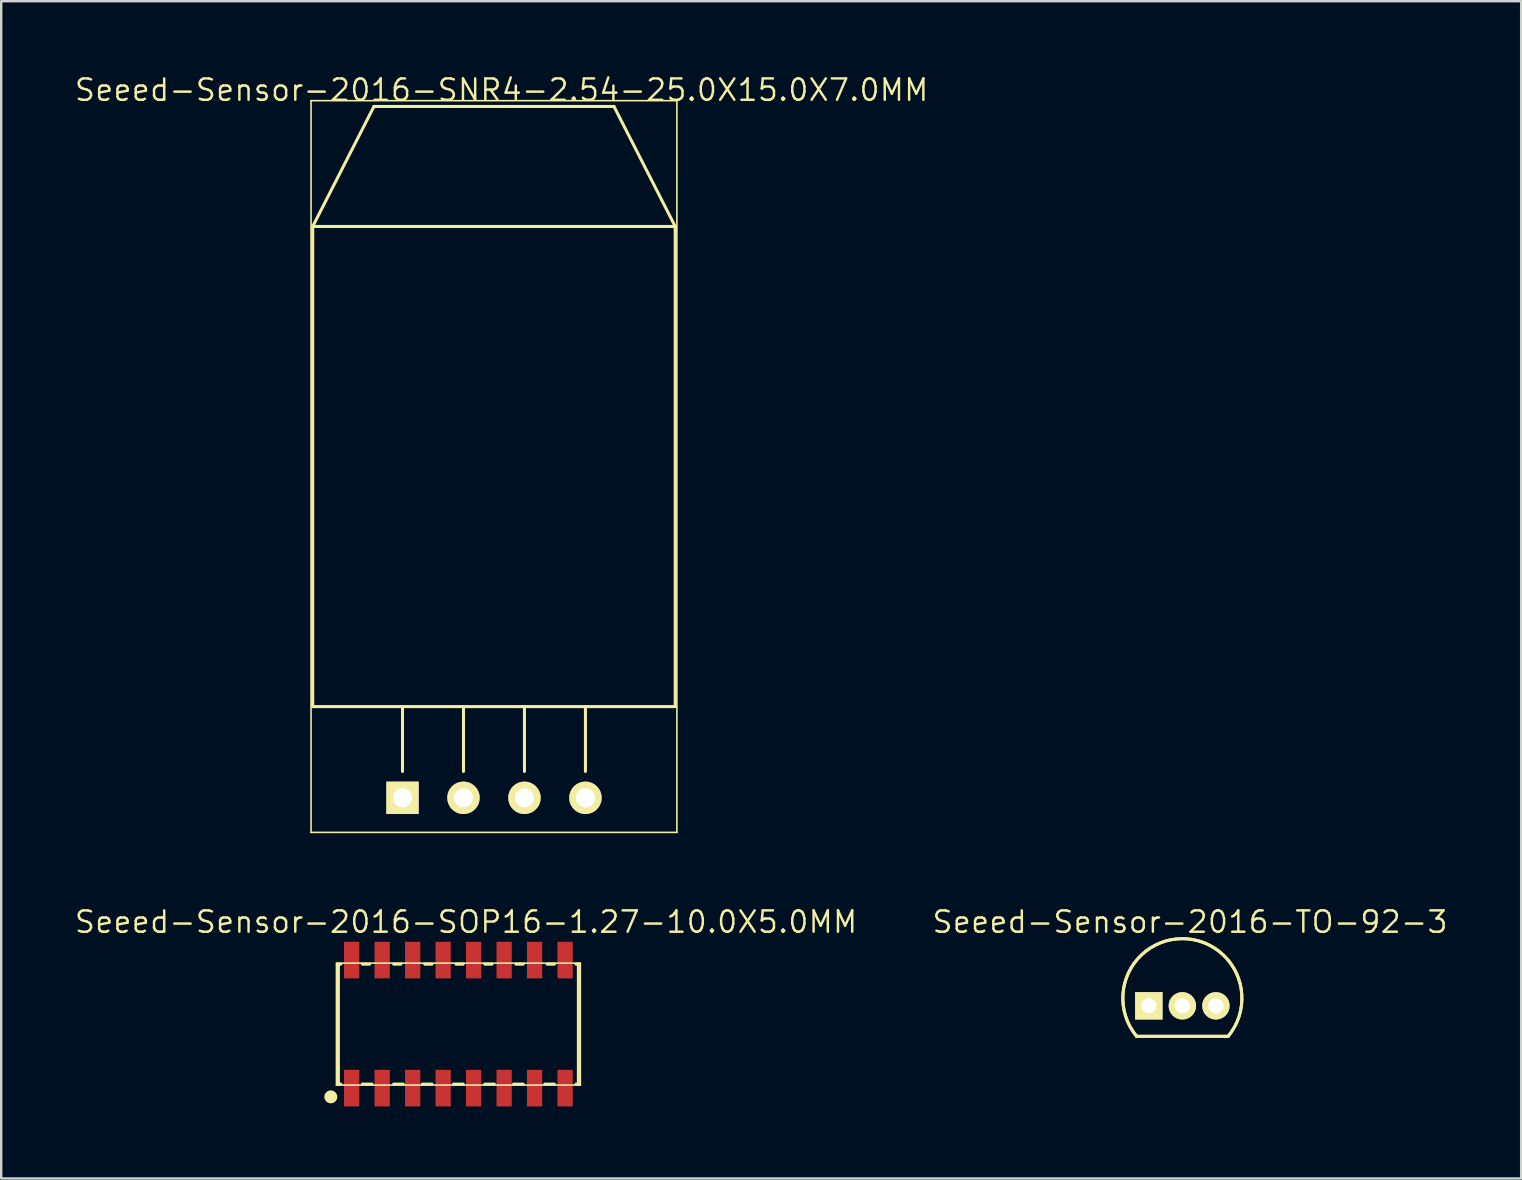
<source format=kicad_pcb>
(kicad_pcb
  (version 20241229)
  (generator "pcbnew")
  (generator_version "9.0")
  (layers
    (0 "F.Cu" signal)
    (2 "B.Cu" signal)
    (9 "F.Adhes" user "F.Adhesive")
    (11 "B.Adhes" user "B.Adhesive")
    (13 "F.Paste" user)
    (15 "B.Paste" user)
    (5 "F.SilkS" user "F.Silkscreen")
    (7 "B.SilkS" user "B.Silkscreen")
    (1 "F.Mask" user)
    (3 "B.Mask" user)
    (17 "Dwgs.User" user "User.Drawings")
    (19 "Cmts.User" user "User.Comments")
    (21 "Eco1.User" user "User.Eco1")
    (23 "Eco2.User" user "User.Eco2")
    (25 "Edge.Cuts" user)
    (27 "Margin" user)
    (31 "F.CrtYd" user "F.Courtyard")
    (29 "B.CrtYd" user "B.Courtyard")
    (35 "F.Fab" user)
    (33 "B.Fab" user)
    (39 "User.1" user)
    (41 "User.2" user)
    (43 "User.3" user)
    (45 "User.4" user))
  (footprint "Seeed-Sensor-2016-SOP16-1.27-10.0X5.0MM"
    (layer "F.Cu")
    (at 16.044 39.609)
    (property "Reference" "Seeed-Sensor-2016-SOP16-1.27-10.0X5.0MM" (at 0.318 -4.255 0) (layer "F.SilkS") (effects (font (size 0.889 0.889) (thickness 0.102))))
    (attr smd)
    (fp_line (start -5.08 -2.54) (end 5.08 -2.54) (stroke (width 0.066) (type solid)) (layer "F.SilkS"))
    (fp_line (start -5.08 2.54) (end -5.08 -2.54) (stroke (width 0.066) (type solid)) (layer "F.SilkS"))
    (fp_line (start -5.08 2.54) (end 5.08 2.54) (stroke (width 0.066) (type solid)) (layer "F.SilkS"))
    (fp_line (start -4.999 -2.499) (end -4.9 -2.499) (stroke (width 0.127) (type solid)) (layer "F.SilkS"))
    (fp_line (start -4.999 -1.798) (end -4.999 -2.499) (stroke (width 0.127) (type solid)) (layer "F.SilkS"))
    (fp_line (start -4.999 -1.778) (end -4.999 1.778) (stroke (width 0.127) (type solid)) (layer "F.SilkS"))
    (fp_line (start -4.999 1.798) (end -4.999 2.499) (stroke (width 0.127) (type solid)) (layer "F.SilkS"))
    (fp_line (start -4.999 2.499) (end -4.9 2.499) (stroke (width 0.127) (type solid)) (layer "F.SilkS"))
    (fp_line (start -3.998 2.499) (end -3.599 2.499) (stroke (width 0.127) (type solid)) (layer "F.SilkS"))
    (fp_line (start -3.698 -2.499) (end -3.998 -2.499) (stroke (width 0.127) (type solid)) (layer "F.SilkS"))
    (fp_line (start -2.697 2.499) (end -2.299 2.499) (stroke (width 0.127) (type solid)) (layer "F.SilkS"))
    (fp_line (start -2.398 -2.499) (end -2.697 -2.499) (stroke (width 0.127) (type solid)) (layer "F.SilkS"))
    (fp_line (start -1.499 2.499) (end -1.1 2.499) (stroke (width 0.127) (type solid)) (layer "F.SilkS"))
    (fp_line (start -1.1 -2.499) (end -1.4 -2.499) (stroke (width 0.127) (type solid)) (layer "F.SilkS"))
    (fp_line (start -0.198 2.499) (end 0.198 2.499) (stroke (width 0.127) (type solid)) (layer "F.SilkS"))
    (fp_line (start 0.198 -2.499) (end -0.099 -2.499) (stroke (width 0.127) (type solid)) (layer "F.SilkS"))
    (fp_line (start 1.1 2.499) (end 1.499 2.499) (stroke (width 0.127) (type solid)) (layer "F.SilkS"))
    (fp_line (start 1.4 -2.499) (end 1.1 -2.499) (stroke (width 0.127) (type solid)) (layer "F.SilkS"))
    (fp_line (start 2.299 2.499) (end 2.697 2.499) (stroke (width 0.127) (type solid)) (layer "F.SilkS"))
    (fp_line (start 2.697 -2.499) (end 2.398 -2.499) (stroke (width 0.127) (type solid)) (layer "F.SilkS"))
    (fp_line (start 3.599 2.499) (end 3.998 2.499) (stroke (width 0.127) (type solid)) (layer "F.SilkS"))
    (fp_line (start 3.998 -2.499) (end 3.698 -2.499) (stroke (width 0.127) (type solid)) (layer "F.SilkS"))
    (fp_line (start 4.999 -2.499) (end 4.9 -2.499) (stroke (width 0.127) (type solid)) (layer "F.SilkS"))
    (fp_line (start 4.999 -1.798) (end 4.999 -2.499) (stroke (width 0.127) (type solid)) (layer "F.SilkS"))
    (fp_line (start 4.999 -1.778) (end 4.999 1.778) (stroke (width 0.127) (type solid)) (layer "F.SilkS"))
    (fp_line (start 4.999 1.798) (end 4.999 2.499) (stroke (width 0.127) (type solid)) (layer "F.SilkS"))
    (fp_line (start 4.999 2.499) (end 4.9 2.499) (stroke (width 0.127) (type solid)) (layer "F.SilkS"))
    (fp_line (start 5.08 2.54) (end 5.08 -2.54) (stroke (width 0.066) (type solid)) (layer "F.SilkS"))
    (fp_circle (center -5.314 3.03) (end -5.504 3.221) (stroke (width 0) (type solid)) (fill yes) (layer "F.SilkS"))
    (pad "1" smd rect (at -4.445 2.667) (size 0.635 1.524) (layers "F.Cu" "F.Mask" "F.Paste"))
    (pad "2" smd rect (at -3.175 2.667) (size 0.635 1.524) (layers "F.Cu" "F.Mask" "F.Paste"))
    (pad "3" smd rect (at -1.905 2.667) (size 0.635 1.524) (layers "F.Cu" "F.Mask" "F.Paste"))
    (pad "4" smd rect (at -0.635 2.667) (size 0.635 1.524) (layers "F.Cu" "F.Mask" "F.Paste"))
    (pad "5" smd rect (at 0.635 2.667) (size 0.635 1.524) (layers "F.Cu" "F.Mask" "F.Paste"))
    (pad "6" smd rect (at 1.905 2.667) (size 0.635 1.524) (layers "F.Cu" "F.Mask" "F.Paste"))
    (pad "7" smd rect (at 3.175 2.667) (size 0.635 1.524) (layers "F.Cu" "F.Mask" "F.Paste"))
    (pad "8" smd rect (at 4.445 2.667) (size 0.635 1.524) (layers "F.Cu" "F.Mask" "F.Paste"))
    (pad "9" smd rect (at 4.445 -2.667) (size 0.635 1.524) (layers "F.Cu" "F.Mask" "F.Paste"))
    (pad "10" smd rect (at 3.175 -2.667) (size 0.635 1.524) (layers "F.Cu" "F.Mask" "F.Paste"))
    (pad "11" smd rect (at 1.905 -2.667) (size 0.635 1.524) (layers "F.Cu" "F.Mask" "F.Paste"))
    (pad "12" smd rect (at 0.635 -2.667) (size 0.635 1.524) (layers "F.Cu" "F.Mask" "F.Paste"))
    (pad "13" smd rect (at -0.635 -2.667) (size 0.635 1.524) (layers "F.Cu" "F.Mask" "F.Paste"))
    (pad "14" smd rect (at -1.905 -2.667) (size 0.635 1.524) (layers "F.Cu" "F.Mask" "F.Paste"))
    (pad "15" smd rect (at -3.175 -2.667) (size 0.635 1.524) (layers "F.Cu" "F.Mask" "F.Paste"))
    (pad "16" smd rect (at -4.445 -2.667) (size 0.635 1.524) (layers "F.Cu" "F.Mask" "F.Paste")))
  (footprint "Seeed-Sensor-2016-TO-92-3"
    (layer "F.Cu")
    (at 46.201 38.847)
    (property "Reference" "Seeed-Sensor-2016-TO-92-3" (at 0.318 -3.493 0) (layer "F.SilkS") (effects (font (size 0.889 0.889) (thickness 0.102))))
    (attr exclude_from_pos_files exclude_from_bom)
    (fp_line (start 1.905 1.27) (end -1.905 1.27) (stroke (width 0.127) (type solid)) (layer "F.SilkS"))
    (fp_line (start 1.905 1.27) (end -1.905 1.27) (stroke (width 0.127) (type solid)) (layer "F.SilkS"))
    (fp_arc (start -1.905 1.27) (mid -0.000241 -2.797254) (end 1.905309 1.26963) (stroke (width 0.127) (type solid)) (layer "F.SilkS"))
    (fp_arc (start -1.905 1.27) (mid -0.000241 -2.797254) (end 1.905309 1.26963) (stroke (width 0.127) (type solid)) (layer "F.SilkS"))
    (pad "1" thru_hole rect (at -1.397 0) (size 1.143 1.143) (drill 0.635) (layers "*.Cu" "F.Mask" "F.SilkS" "F.Paste"))
    (pad "2" thru_hole circle (at 0 0) (size 1.143 1.143) (drill 0.635) (layers "*.Cu" "F.Mask" "F.SilkS" "F.Paste"))
    (pad "3" thru_hole circle (at 1.397 0) (size 1.143 1.143) (drill 0.635) (layers "*.Cu" "F.Mask" "F.SilkS" "F.Paste")))
  (footprint "Seeed-Sensor-2016-SNR4-2.54-25.0X15.0X7.0MM"
    (layer "F.Cu")
    (at 17.526 16.383)
    (property "Reference" "Seeed-Sensor-2016-SNR4-2.54-25.0X15.0X7.0MM" (at 0.318 -15.684 0) (layer "F.SilkS") (effects (font (size 0.889 0.889) (thickness 0.102))))
    (attr exclude_from_pos_files exclude_from_bom)
    (fp_line (start -7.62 -15.24) (end 7.62 -15.24) (stroke (width 0.066) (type solid)) (layer "F.SilkS"))
    (fp_line (start -7.62 15.24) (end -7.62 -15.24) (stroke (width 0.066) (type solid)) (layer "F.SilkS"))
    (fp_line (start -7.62 15.24) (end 7.62 15.24) (stroke (width 0.066) (type solid)) (layer "F.SilkS"))
    (fp_line (start -7.549 -10) (end -4.999 -14.999) (stroke (width 0.127) (type solid)) (layer "F.SilkS"))
    (fp_line (start -7.549 -10) (end 7.549 -10) (stroke (width 0.127) (type solid)) (layer "F.SilkS"))
    (fp_line (start -7.549 10) (end -7.549 -10) (stroke (width 0.127) (type solid)) (layer "F.SilkS"))
    (fp_line (start -4.999 -14.999) (end 4.999 -14.999) (stroke (width 0.127) (type solid)) (layer "F.SilkS"))
    (fp_line (start -3.81 10) (end -7.549 10) (stroke (width 0.127) (type solid)) (layer "F.SilkS"))
    (fp_line (start -3.81 12.7) (end -3.81 10) (stroke (width 0.127) (type solid)) (layer "F.SilkS"))
    (fp_line (start -1.27 10) (end -3.81 10) (stroke (width 0.127) (type solid)) (layer "F.SilkS"))
    (fp_line (start -1.27 12.7) (end -1.27 10) (stroke (width 0.127) (type solid)) (layer "F.SilkS"))
    (fp_line (start 1.27 10) (end -1.27 10) (stroke (width 0.127) (type solid)) (layer "F.SilkS"))
    (fp_line (start 1.27 12.7) (end 1.27 10) (stroke (width 0.127) (type solid)) (layer "F.SilkS"))
    (fp_line (start 3.81 10) (end 1.27 10) (stroke (width 0.127) (type solid)) (layer "F.SilkS"))
    (fp_line (start 3.81 12.7) (end 3.81 10) (stroke (width 0.127) (type solid)) (layer "F.SilkS"))
    (fp_line (start 4.999 -14.999) (end 7.549 -10) (stroke (width 0.127) (type solid)) (layer "F.SilkS"))
    (fp_line (start 7.549 -10) (end 7.549 10) (stroke (width 0.127) (type solid)) (layer "F.SilkS"))
    (fp_line (start 7.549 10) (end 3.81 10) (stroke (width 0.127) (type solid)) (layer "F.SilkS"))
    (fp_line (start 7.62 15.24) (end 7.62 -15.24) (stroke (width 0.066) (type solid)) (layer "F.SilkS"))
    (pad "P$1" thru_hole rect (at -3.81 13.8) (size 1.349 1.349) (drill 0.798) (layers "*.Cu" "F.Mask" "F.SilkS" "F.Paste"))
    (pad "P$2" thru_hole circle (at -1.27 13.8) (size 1.349 1.349) (drill 0.798) (layers "*.Cu" "F.Mask" "F.SilkS" "F.Paste"))
    (pad "P$3" thru_hole circle (at 1.27 13.8) (size 1.349 1.349) (drill 0.798) (layers "*.Cu" "F.Mask" "F.SilkS" "F.Paste"))
    (pad "P$4" thru_hole circle (at 3.81 13.8) (size 1.349 1.349) (drill 0.798) (layers "*.Cu" "F.Mask" "F.SilkS" "F.Paste")))
  (gr_rect
    (start -3 -3)
    (end 60.314 46.038)
    (stroke (width 0.1) (type default))
    (fill no)
    (layer "Edge.Cuts")))
</source>
